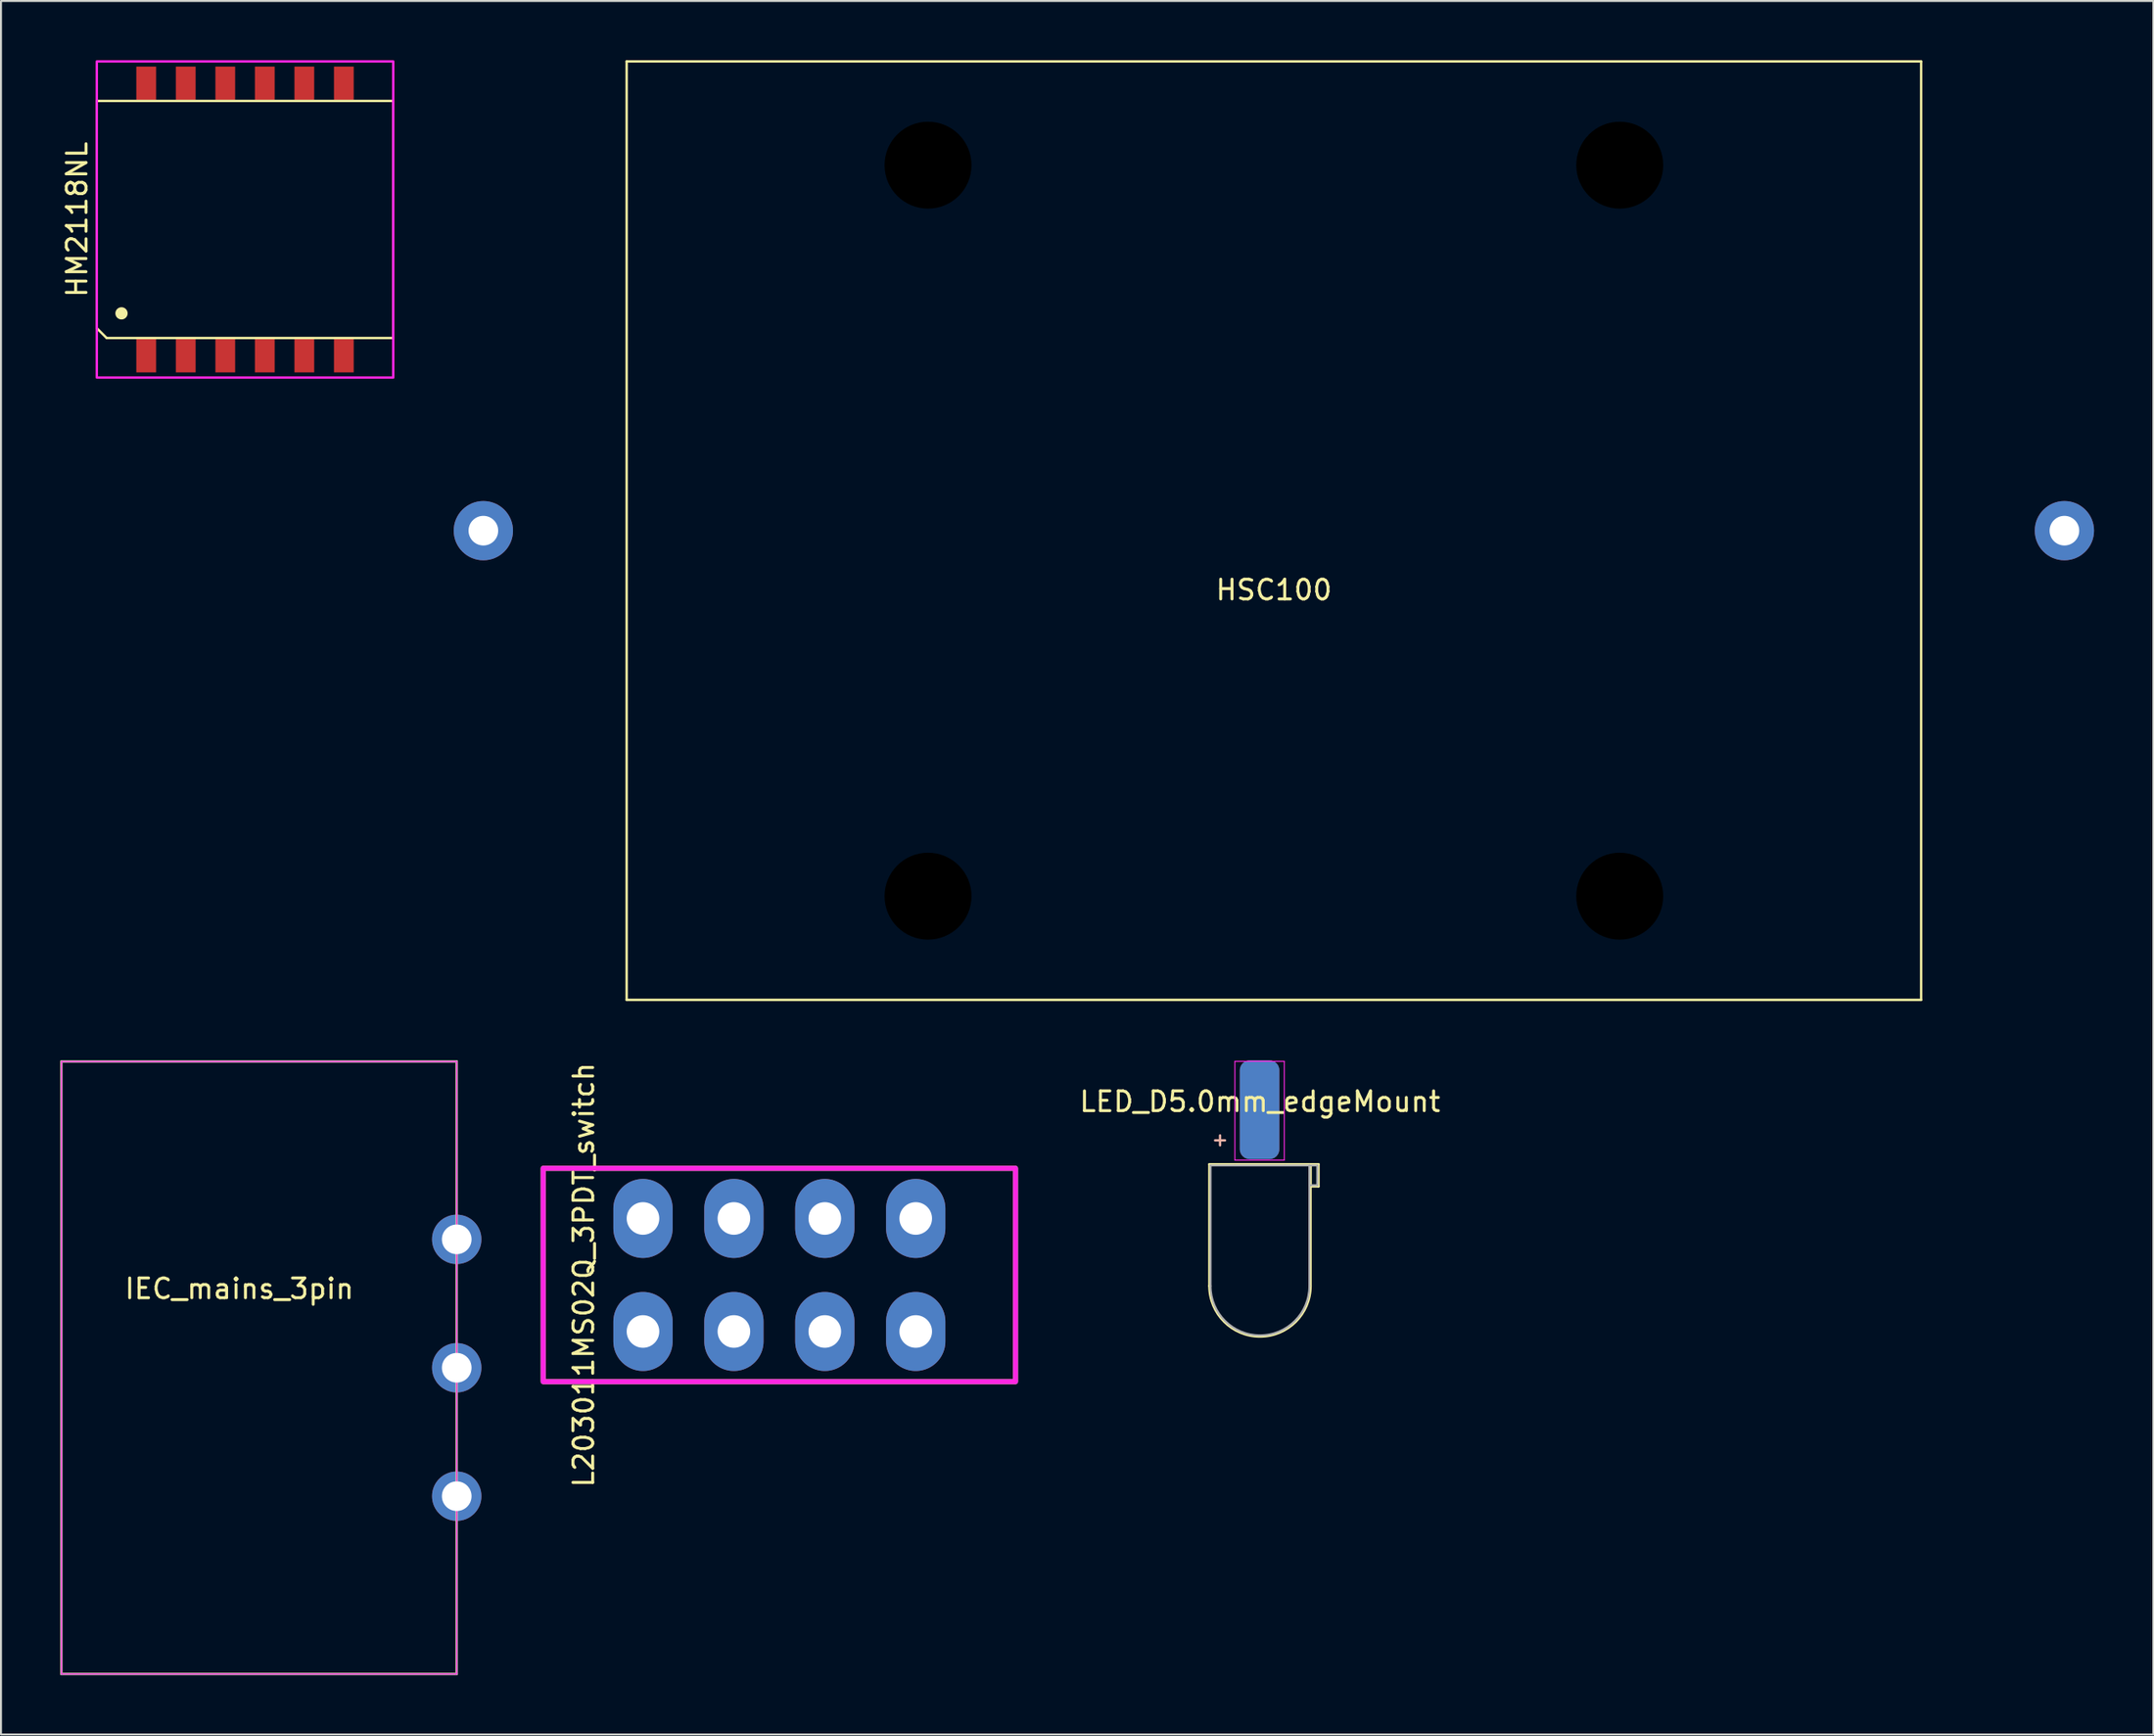
<source format=kicad_pcb>
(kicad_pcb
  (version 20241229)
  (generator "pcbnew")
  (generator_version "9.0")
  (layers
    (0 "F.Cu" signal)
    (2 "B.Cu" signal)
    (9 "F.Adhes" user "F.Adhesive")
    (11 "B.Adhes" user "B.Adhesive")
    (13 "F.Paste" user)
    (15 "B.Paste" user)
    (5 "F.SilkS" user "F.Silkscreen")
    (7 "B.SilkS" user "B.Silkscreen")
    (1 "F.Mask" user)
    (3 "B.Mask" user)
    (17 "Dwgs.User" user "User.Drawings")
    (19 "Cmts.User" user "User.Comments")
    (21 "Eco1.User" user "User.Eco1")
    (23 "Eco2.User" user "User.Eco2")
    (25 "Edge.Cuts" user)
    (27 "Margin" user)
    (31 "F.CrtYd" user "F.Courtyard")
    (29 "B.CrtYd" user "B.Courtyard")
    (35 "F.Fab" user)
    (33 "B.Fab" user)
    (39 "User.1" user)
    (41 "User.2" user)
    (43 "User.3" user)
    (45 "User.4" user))
  (footprint "HSC100"
    (layer "F.Cu")
    (at 61.408 23.81)
    (property "Reference" "HSC100" (at 0 3 0) (layer "F.SilkS") (effects (font (size 1 1) (thickness 0.15))))
    (fp_line (start -32.75 -23.75) (end 32.75 -23.75) (stroke (width 0.12) (type solid)) (layer "F.SilkS"))
    (fp_line (start -32.75 23.75) (end -32.75 -23.75) (stroke (width 0.12) (type solid)) (layer "F.SilkS"))
    (fp_line (start -32.75 23.75) (end 32.75 23.75) (stroke (width 0.12) (type solid)) (layer "F.SilkS"))
    (fp_line (start 32.75 -23.75) (end 32.75 23.75) (stroke (width 0.12) (type solid)) (layer "F.SilkS"))
    (pad "" np_thru_hole circle (at -17.5 -18.5) (size 4.4 4.4) (drill 4.4) (layers "*.Mask"))
    (pad "" np_thru_hole circle (at -17.5 18.5) (size 4.4 4.4) (drill 4.4) (layers "*.Mask"))
    (pad "" np_thru_hole circle (at 17.5 -18.5) (size 4.4 4.4) (drill 4.4) (layers "*.Mask"))
    (pad "" np_thru_hole circle (at 17.5 18.5) (size 4.4 4.4) (drill 4.4) (layers "*.Mask"))
    (pad "1" thru_hole oval (at -40 0) (size 3 3) (drill 1.5) (layers "*.Cu" "*.Mask"))
    (pad "2" thru_hole oval (at 40 0) (size 3 3) (drill 1.5) (layers "*.Cu" "*.Mask")))
  (footprint "HM2118NL"
    (layer "F.Cu")
    (at 9.348 8.06)
    (property "Reference" "HM2118NL" (at -8.5 0 90) (unlocked yes) (layer "F.SilkS") (effects (font (size 1 1) (thickness 0.15))))
    (attr smd)
    (fp_line (start -7.5 -6) (end -7.5 5.5) (stroke (width 0.12) (type default)) (layer "F.SilkS"))
    (fp_line (start -7.5 -6) (end 7.5 -6) (stroke (width 0.12) (type default)) (layer "F.SilkS"))
    (fp_line (start -7.5 5.5) (end -7 6) (stroke (width 0.12) (type default)) (layer "F.SilkS"))
    (fp_line (start -7 6) (end 7.5 6) (stroke (width 0.12) (type default)) (layer "F.SilkS"))
    (fp_line (start 7.5 6) (end 7.5 -6) (stroke (width 0.12) (type default)) (layer "F.SilkS"))
    (fp_circle (center -6.25 4.75) (end -6 4.75) (stroke (width 0.12) (type solid)) (fill yes) (layer "F.SilkS"))
    (fp_rect (start -7.5 -8) (end 7.5 8) (stroke (width 0.12) (type default)) (fill no) (layer "F.CrtYd"))
    (pad "1" smd rect (at -5 6.89) (size 1 1.7) (layers "F.Cu" "F.Mask" "F.Paste"))
    (pad "2" smd rect (at -3 6.89) (size 1 1.7) (layers "F.Cu" "F.Mask" "F.Paste"))
    (pad "3" smd rect (at -1 6.89) (size 1 1.7) (layers "F.Cu" "F.Mask" "F.Paste"))
    (pad "4" smd rect (at 1 6.89) (size 1 1.7) (layers "F.Cu" "F.Mask" "F.Paste"))
    (pad "5" smd rect (at 3 6.89) (size 1 1.7) (layers "F.Cu" "F.Mask" "F.Paste"))
    (pad "6" smd rect (at 5 6.89) (size 1 1.7) (layers "F.Cu" "F.Mask" "F.Paste"))
    (pad "7" smd rect (at 5 -6.89) (size 1 1.7) (layers "F.Cu" "F.Mask" "F.Paste"))
    (pad "8" smd rect (at 3 -6.89) (size 1 1.7) (layers "F.Cu" "F.Mask" "F.Paste"))
    (pad "9" smd rect (at 1 -6.89) (size 1 1.7) (layers "F.Cu" "F.Mask" "F.Paste"))
    (pad "10" smd rect (at -1 -6.89) (size 1 1.7) (layers "F.Cu" "F.Mask" "F.Paste"))
    (pad "11" smd rect (at -3 -6.89) (size 1 1.7) (layers "F.Cu" "F.Mask" "F.Paste"))
    (pad "12" smd rect (at -5 -6.89) (size 1 1.7) (layers "F.Cu" "F.Mask" "F.Paste")))
  (footprint "IEC_mains_3pin"
    (layer "F.Cu")
    (at 20.06 66.18)
    (property "Reference" "IEC_mains_3pin" (at -11 -4 0) (layer "F.SilkS") (effects (font (size 1 1) (thickness 0.15))))
    (attr through_hole)
    (fp_line (start -20 -15.5) (end 0 -15.5) (stroke (width 0.12) (type solid)) (layer "F.SilkS"))
    (fp_line (start -20 15.5) (end -20 -15.5) (stroke (width 0.12) (type solid)) (layer "F.SilkS"))
    (fp_line (start -20 15.5) (end 0 15.5) (stroke (width 0.12) (type solid)) (layer "F.SilkS"))
    (fp_line (start 0 15.5) (end 0 -15.5) (stroke (width 0.12) (type solid)) (layer "F.SilkS"))
    (fp_line (start -20 -15.5) (end 0 -15.5) (stroke (width 0.05) (type solid)) (layer "F.CrtYd"))
    (fp_line (start -20 15.5) (end -20 -15.5) (stroke (width 0.05) (type solid)) (layer "F.CrtYd"))
    (fp_line (start -20 15.5) (end 0 15.5) (stroke (width 0.05) (type solid)) (layer "F.CrtYd"))
    (fp_line (start 0 15.5) (end 0 -15.5) (stroke (width 0.05) (type solid)) (layer "F.CrtYd"))
    (fp_line (start -20 -15.5) (end 0 -15.5) (stroke (width 0.1) (type solid)) (layer "F.Fab"))
    (fp_line (start -20 15.5) (end -20 -15.5) (stroke (width 0.1) (type solid)) (layer "F.Fab"))
    (fp_line (start -20 15.5) (end 0 15.5) (stroke (width 0.1) (type solid)) (layer "F.Fab"))
    (fp_line (start 0 15.5) (end 0 -15.5) (stroke (width 0.1) (type solid)) (layer "F.Fab"))
    (pad "1" thru_hole circle (at 0 -6.5) (size 2.5 2.5) (drill 1.5) (layers "*.Cu" "*.Mask"))
    (pad "2" thru_hole circle (at 0 6.5) (size 2.5 2.5) (drill 1.5) (layers "*.Cu" "*.Mask"))
    (pad "3" thru_hole circle (at 0 0) (size 2.5 2.5) (drill 1.5) (layers "*.Cu" "*.Mask")))
  (footprint "LED_D5.0mm_edgeMount"
    (layer "F.Cu")
    (at 59.434 54.67)
    (property "Reference" "LED_D5.0mm_edgeMount" (at 1.27 -1.96 0) (layer "F.SilkS") (effects (font (size 1 1) (thickness 0.15))))
    (attr smd)
    (fp_line (start -1.29 1.21) (end -1.29 7.37) (stroke (width 0.12) (type solid)) (layer "F.SilkS"))
    (fp_line (start -1.29 1.21) (end 3.83 1.21) (stroke (width 0.12) (type solid)) (layer "F.SilkS"))
    (fp_line (start 0 1.21) (end 0 1.21) (stroke (width 0.12) (type solid)) (layer "F.SilkS"))
    (fp_line (start 2.54 1.21) (end 2.54 1.21) (stroke (width 0.12) (type solid)) (layer "F.SilkS"))
    (fp_line (start 3.83 1.21) (end 3.83 7.37) (stroke (width 0.12) (type solid)) (layer "F.SilkS"))
    (fp_line (start 3.83 1.21) (end 4.23 1.21) (stroke (width 0.12) (type solid)) (layer "F.SilkS"))
    (fp_line (start 3.83 2.33) (end 3.83 1.21) (stroke (width 0.12) (type solid)) (layer "F.SilkS"))
    (fp_line (start 4.23 1.21) (end 4.23 2.33) (stroke (width 0.12) (type solid)) (layer "F.SilkS"))
    (fp_line (start 4.23 2.33) (end 3.83 2.33) (stroke (width 0.12) (type solid)) (layer "F.SilkS"))
    (fp_arc (start 3.83 7.37) (mid 1.27 9.93) (end -1.29 7.37) (stroke (width 0.12) (type solid)) (layer "F.SilkS"))
    (fp_line (start -0.75 0.25) (end -0.75 -0.25) (stroke (width 0.12) (type default)) (layer "B.SilkS"))
    (fp_line (start -0.5 0) (end -1 0) (stroke (width 0.12) (type default)) (layer "B.SilkS"))
    (fp_line (start 0 -4) (end 0 1) (stroke (width 0.05) (type solid)) (layer "F.CrtYd"))
    (fp_line (start 0 -4) (end 2.5 -4) (stroke (width 0.05) (type solid)) (layer "F.CrtYd"))
    (fp_line (start 0 1) (end 2.5 1) (stroke (width 0.05) (type solid)) (layer "F.CrtYd"))
    (fp_line (start 2.5 1) (end 2.5 -4) (stroke (width 0.05) (type solid)) (layer "F.CrtYd"))
    (fp_line (start -1.23 1.27) (end -1.23 7.37) (stroke (width 0.1) (type solid)) (layer "F.Fab"))
    (fp_line (start -1.23 1.27) (end 3.77 1.27) (stroke (width 0.1) (type solid)) (layer "F.Fab"))
    (fp_line (start 0 1.27) (end 0 1.27) (stroke (width 0.1) (type solid)) (layer "F.Fab"))
    (fp_line (start 2.54 1.27) (end 2.54 1.27) (stroke (width 0.1) (type solid)) (layer "F.Fab"))
    (fp_line (start 3.77 1.27) (end 3.77 7.37) (stroke (width 0.1) (type solid)) (layer "F.Fab"))
    (fp_line (start 3.77 1.27) (end 4.17 1.27) (stroke (width 0.1) (type solid)) (layer "F.Fab"))
    (fp_line (start 3.77 2.27) (end 3.77 1.27) (stroke (width 0.1) (type solid)) (layer "F.Fab"))
    (fp_line (start 4.17 1.27) (end 4.17 2.27) (stroke (width 0.1) (type solid)) (layer "F.Fab"))
    (fp_line (start 4.17 2.27) (end 3.77 2.27) (stroke (width 0.1) (type solid)) (layer "F.Fab"))
    (fp_arc (start 3.77 7.37) (mid 1.27 9.87) (end -1.23 7.37) (stroke (width 0.1) (type solid)) (layer "F.Fab"))
    (pad "1" smd roundrect (at 1.25 -1.55 180) (size 2 5) (layers "F.Cu" "F.Mask" "F.Paste") (roundrect_rratio 0.25))
    (pad "2" smd roundrect (at 1.25 -1.55 180) (size 2 5) (layers "B.Cu" "B.Mask" "B.Paste") (roundrect_rratio 0.25)))
  (footprint "L203011MS02Q_3PDT_switch"
    (layer "F.Cu")
    (at 36.385 61.483)
    (property "Reference" "L203011MS02Q_3PDT_switch" (at -9.9 0 90) (layer "F.SilkS") (effects (font (size 1 1) (thickness 0.15))))
    (attr through_hole)
    (fp_line (start -8.9 5.36) (end 8.9 5.36) (stroke (width 0.12) (type default)) (layer "F.SilkS"))
    (fp_line (start 8.9 -5.36) (end -8.9 -5.36) (stroke (width 0.12) (type default)) (layer "F.SilkS"))
    (fp_rect (start -11.95 -5.4) (end 11.95 5.4) (stroke (width 0.25) (type default)) (fill no) (layer "F.SilkS"))
    (fp_rect (start -11.95 -5.4) (end 11.95 5.4) (stroke (width 0.25) (type default)) (fill no) (layer "F.CrtYd"))
    (pad "1" thru_hole oval (at -6.9 2.86) (size 3 4) (drill 1.65) (layers "*.Cu" "*.Mask"))
    (pad "2" thru_hole oval (at -2.3 2.86) (size 3 4) (drill 1.65) (layers "*.Cu" "*.Mask"))
    (pad "3" thru_hole oval (at 2.3 2.86) (size 3 4) (drill 1.65) (layers "*.Cu" "*.Mask"))
    (pad "4" thru_hole oval (at 6.9 2.86) (size 3 4) (drill 1.65) (layers "*.Cu" "*.Mask"))
    (pad "5" thru_hole oval (at 6.9 -2.86) (size 3 4) (drill 1.65) (layers "*.Cu" "*.Mask"))
    (pad "6" thru_hole oval (at 2.3 -2.86) (size 3 4) (drill 1.65) (layers "*.Cu" "*.Mask"))
    (pad "7" thru_hole oval (at -2.3 -2.86) (size 3 4) (drill 1.65) (layers "*.Cu" "*.Mask"))
    (pad "8" thru_hole oval (at -6.9 -2.86) (size 3 4) (drill 1.65) (layers "*.Cu" "*.Mask")))
  (gr_rect
    (start -3 -3)
    (end 105.908 84.74)
    (stroke (width 0.1) (type default))
    (fill no)
    (layer "Edge.Cuts")))
</source>
